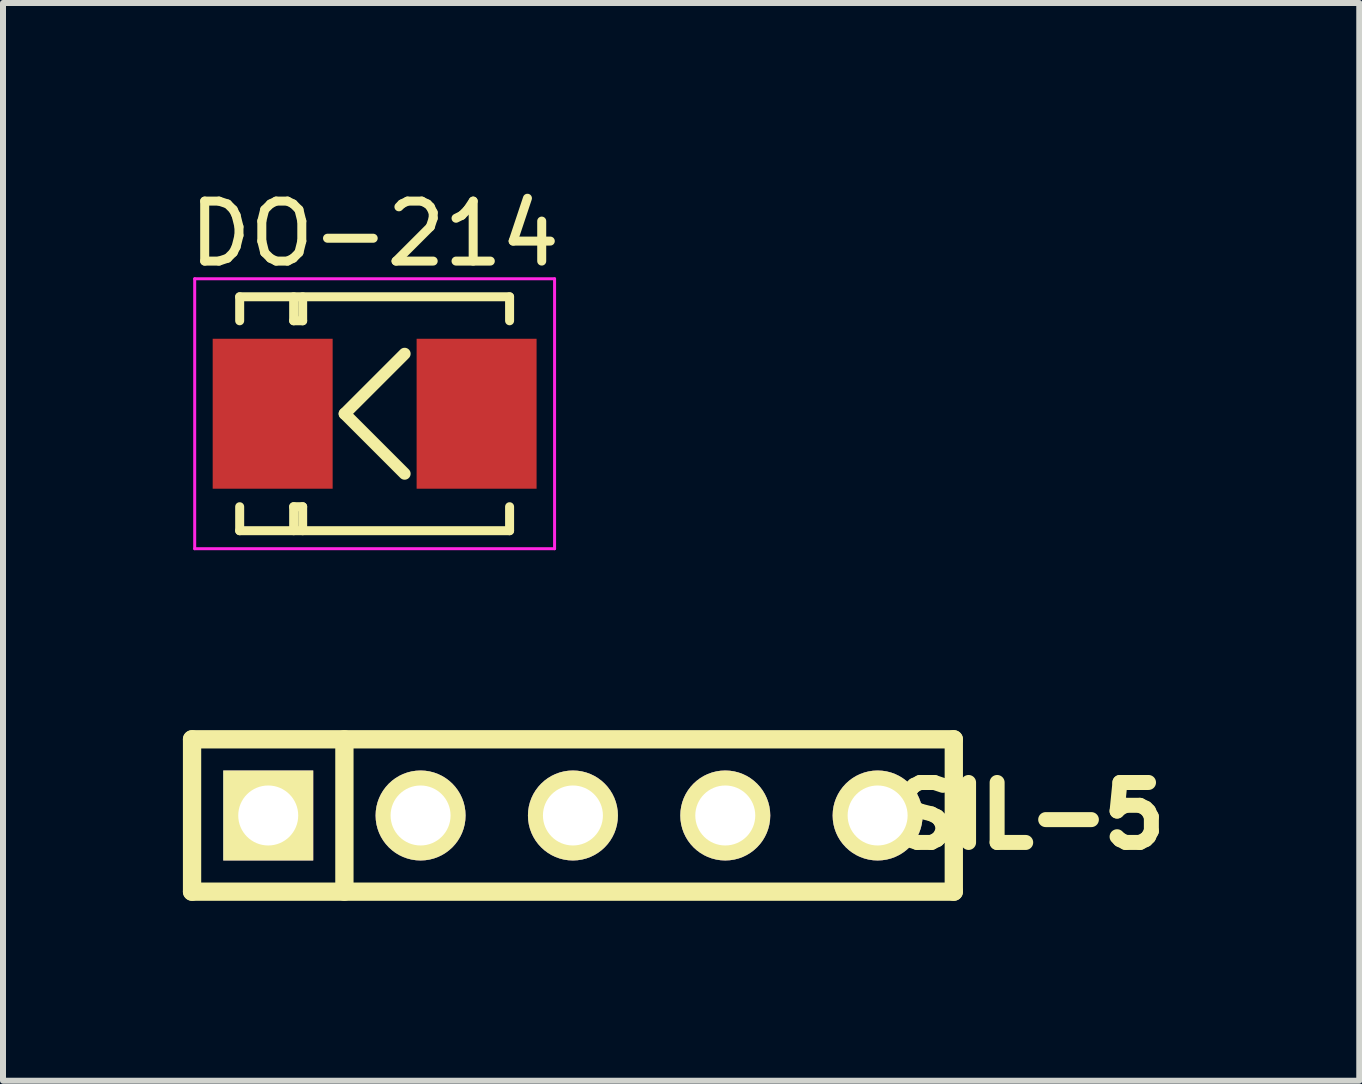
<source format=kicad_pcb>
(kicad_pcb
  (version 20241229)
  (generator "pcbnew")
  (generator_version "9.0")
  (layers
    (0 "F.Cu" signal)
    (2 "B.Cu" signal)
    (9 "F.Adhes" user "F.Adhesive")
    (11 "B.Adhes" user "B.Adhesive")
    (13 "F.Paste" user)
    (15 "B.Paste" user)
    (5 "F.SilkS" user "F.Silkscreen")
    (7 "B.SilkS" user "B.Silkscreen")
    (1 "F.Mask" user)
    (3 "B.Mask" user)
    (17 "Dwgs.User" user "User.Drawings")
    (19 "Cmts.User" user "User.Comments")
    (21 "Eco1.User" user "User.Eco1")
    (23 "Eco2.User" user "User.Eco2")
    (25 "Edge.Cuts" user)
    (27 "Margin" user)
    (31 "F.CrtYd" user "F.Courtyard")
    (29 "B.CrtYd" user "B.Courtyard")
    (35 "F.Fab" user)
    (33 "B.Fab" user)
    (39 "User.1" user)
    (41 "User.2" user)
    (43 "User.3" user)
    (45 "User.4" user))
  (footprint "DO-214"
    (layer "F.Cu")
    (at 3.196 3.848)
    (property "Reference" "DO-214" (at 0 -3 0) (layer "F.SilkS") (effects (font (size 1 1) (thickness 0.15))))
    (attr smd)
    (fp_line (start -2.25 -1.95) (end -2.25 -1.55) (stroke (width 0.15) (type solid)) (layer "F.SilkS"))
    (fp_line (start -2.25 -1.95) (end 2.25 -1.95) (stroke (width 0.15) (type solid)) (layer "F.SilkS"))
    (fp_line (start -2.25 1.95) (end -2.25 1.55) (stroke (width 0.15) (type solid)) (layer "F.SilkS"))
    (fp_line (start -1.35 -1.95) (end -1.35 -1.55) (stroke (width 0.15) (type solid)) (layer "F.SilkS"))
    (fp_line (start -1.35 -1.55) (end -1.2 -1.55) (stroke (width 0.15) (type solid)) (layer "F.SilkS"))
    (fp_line (start -1.35 1.55) (end -1.2 1.55) (stroke (width 0.15) (type solid)) (layer "F.SilkS"))
    (fp_line (start -1.35 1.95) (end -1.35 1.55) (stroke (width 0.15) (type solid)) (layer "F.SilkS"))
    (fp_line (start -1.2 -1.55) (end -1.2 -1.95) (stroke (width 0.15) (type solid)) (layer "F.SilkS"))
    (fp_line (start -1.2 1.55) (end -1.2 1.95) (stroke (width 0.15) (type solid)) (layer "F.SilkS"))
    (fp_line (start -0.5 0) (end 0.5 -1) (stroke (width 0.2) (type solid)) (layer "F.SilkS"))
    (fp_line (start -0.5 0) (end 0.5 1) (stroke (width 0.2) (type solid)) (layer "F.SilkS"))
    (fp_line (start 2.25 -1.95) (end 2.25 -1.55) (stroke (width 0.15) (type solid)) (layer "F.SilkS"))
    (fp_line (start 2.25 1.95) (end -2.25 1.95) (stroke (width 0.15) (type solid)) (layer "F.SilkS"))
    (fp_line (start 2.25 1.95) (end 2.25 1.55) (stroke (width 0.15) (type solid)) (layer "F.SilkS"))
    (fp_line (start -3 -2.25) (end 3 -2.25) (stroke (width 0.05) (type solid)) (layer "F.CrtYd"))
    (fp_line (start -3 2.25) (end -3 -2.25) (stroke (width 0.05) (type solid)) (layer "F.CrtYd"))
    (fp_line (start 3 -2.25) (end 3 2.25) (stroke (width 0.05) (type solid)) (layer "F.CrtYd"))
    (fp_line (start 3 2.25) (end -3 2.25) (stroke (width 0.05) (type solid)) (layer "F.CrtYd"))
    (pad "1" smd rect (at 1.7 0) (size 2 2.5) (layers "F.Cu" "F.Mask" "F.Paste"))
    (pad "2" smd rect (at -1.7 0) (size 2 2.5) (layers "F.Cu" "F.Mask" "F.Paste")))
  (footprint "SIL-5"
    (layer "F.Cu")
    (at 7.772 10.546)
    (property "Reference" "SIL-5" (at 6.35 0 0) (layer "F.SilkS") (effects (font (size 1 1) (thickness 0.25))))
    (attr through_hole)
    (fp_line (start -7.62 -1.27) (end 5.08 -1.27) (stroke (width 0.305) (type solid)) (layer "F.SilkS"))
    (fp_line (start -7.62 1.27) (end -7.62 -1.27) (stroke (width 0.305) (type solid)) (layer "F.SilkS"))
    (fp_line (start -5.08 1.27) (end -5.08 -1.27) (stroke (width 0.305) (type solid)) (layer "F.SilkS"))
    (fp_line (start 5.08 -1.27) (end 5.08 1.27) (stroke (width 0.305) (type solid)) (layer "F.SilkS"))
    (fp_line (start 5.08 1.27) (end -7.62 1.27) (stroke (width 0.305) (type solid)) (layer "F.SilkS"))
    (pad "1" thru_hole rect (at -6.35 0) (size 1.5 1.5) (drill 1) (layers "*.Cu" "*.Mask" "F.SilkS"))
    (pad "2" thru_hole circle (at -3.81 0) (size 1.5 1.5) (drill 1) (layers "*.Cu" "*.Mask" "F.SilkS"))
    (pad "3" thru_hole circle (at -1.27 0) (size 1.5 1.5) (drill 1) (layers "*.Cu" "*.Mask" "F.SilkS"))
    (pad "4" thru_hole circle (at 1.27 0) (size 1.5 1.5) (drill 1) (layers "*.Cu" "*.Mask" "F.SilkS"))
    (pad "5" thru_hole circle (at 3.81 0) (size 1.5 1.5) (drill 1) (layers "*.Cu" "*.Mask" "F.SilkS")))
  (gr_rect
    (start -3 -3)
    (end 19.612 14.968)
    (stroke (width 0.1) (type default))
    (fill no)
    (layer "Edge.Cuts")))
</source>
